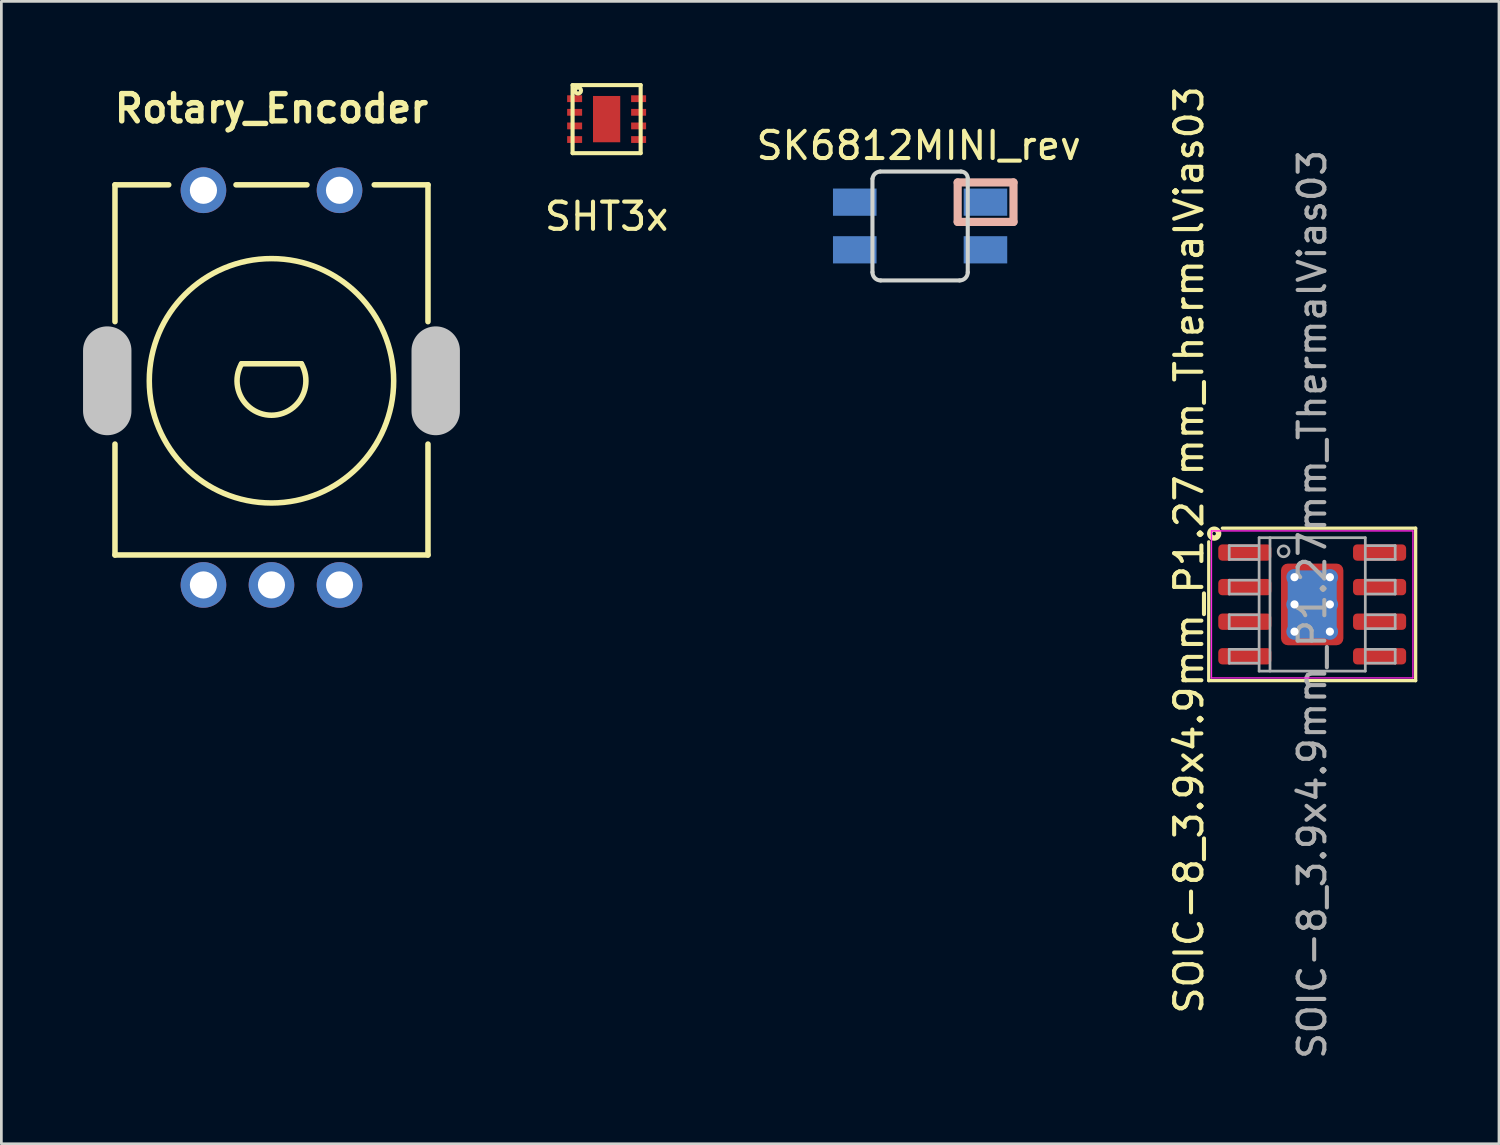
<source format=kicad_pcb>
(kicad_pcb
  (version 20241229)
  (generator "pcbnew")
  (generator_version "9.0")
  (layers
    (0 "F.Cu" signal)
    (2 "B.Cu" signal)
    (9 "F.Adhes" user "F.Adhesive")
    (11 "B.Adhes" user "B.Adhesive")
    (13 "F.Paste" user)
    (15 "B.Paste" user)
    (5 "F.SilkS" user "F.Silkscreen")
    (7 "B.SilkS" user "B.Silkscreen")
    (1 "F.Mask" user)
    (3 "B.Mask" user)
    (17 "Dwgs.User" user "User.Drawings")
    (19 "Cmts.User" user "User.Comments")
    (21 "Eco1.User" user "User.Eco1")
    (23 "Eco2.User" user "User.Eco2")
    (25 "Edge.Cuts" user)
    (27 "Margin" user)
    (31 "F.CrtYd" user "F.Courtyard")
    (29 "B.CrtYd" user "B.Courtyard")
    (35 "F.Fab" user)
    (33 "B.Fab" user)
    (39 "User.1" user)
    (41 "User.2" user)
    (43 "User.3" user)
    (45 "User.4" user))
  (footprint "SOIC-8_3.9x4.9mm_P1.27mm_ThermalVias03"
    (layer "F.Cu")
    (at 45.145 19.149)
    (property "Reference" "SOIC-8_3.9x4.9mm_P1.27mm_ThermalVias03" (at -4.525 -2 90) (layer "F.SilkS") (effects (font (size 1 1) (thickness 0.15))))
    (attr smd)
    (fp_line (start -3.8 -2.3) (end -3.8 2.8) (stroke (width 0.12) (type solid)) (layer "F.SilkS"))
    (fp_line (start -3.8 2.8) (end 3.8 2.8) (stroke (width 0.12) (type solid)) (layer "F.SilkS"))
    (fp_line (start 3.8 -2.8) (end -3.3 -2.8) (stroke (width 0.12) (type solid)) (layer "F.SilkS"))
    (fp_line (start 3.8 2.8) (end 3.8 -2.8) (stroke (width 0.12) (type solid)) (layer "F.SilkS"))
    (fp_circle (center -3.6 -2.6) (end -3.537 -2.6) (stroke (width 0.2) (type solid)) (fill no) (layer "F.SilkS"))
    (fp_line (start -3.7 -2.7) (end -3.7 2.7) (stroke (width 0.05) (type solid)) (layer "F.CrtYd"))
    (fp_line (start -3.7 2.7) (end 3.7 2.7) (stroke (width 0.05) (type solid)) (layer "F.CrtYd"))
    (fp_line (start 3.7 -2.7) (end -3.7 -2.7) (stroke (width 0.05) (type solid)) (layer "F.CrtYd"))
    (fp_line (start 3.7 2.7) (end 3.7 -2.7) (stroke (width 0.05) (type solid)) (layer "F.CrtYd"))
    (fp_line (start -3.048 -2.159) (end -3.048 -1.651) (stroke (width 0.1) (type solid)) (layer "F.Fab"))
    (fp_line (start -3.048 -2.159) (end -1.968 -2.159) (stroke (width 0.1) (type solid)) (layer "F.Fab"))
    (fp_line (start -3.048 -1.651) (end -1.968 -1.651) (stroke (width 0.1) (type solid)) (layer "F.Fab"))
    (fp_line (start -3.048 -0.889) (end -3.048 -0.381) (stroke (width 0.1) (type solid)) (layer "F.Fab"))
    (fp_line (start -3.048 -0.889) (end -1.968 -0.889) (stroke (width 0.1) (type solid)) (layer "F.Fab"))
    (fp_line (start -3.048 -0.381) (end -1.968 -0.381) (stroke (width 0.1) (type solid)) (layer "F.Fab"))
    (fp_line (start -3.048 0.381) (end -3.048 0.889) (stroke (width 0.1) (type solid)) (layer "F.Fab"))
    (fp_line (start -3.048 0.381) (end -1.968 0.381) (stroke (width 0.1) (type solid)) (layer "F.Fab"))
    (fp_line (start -3.048 0.889) (end -1.968 0.889) (stroke (width 0.1) (type solid)) (layer "F.Fab"))
    (fp_line (start -3.048 1.651) (end -3.048 2.159) (stroke (width 0.1) (type solid)) (layer "F.Fab"))
    (fp_line (start -3.048 1.651) (end -1.968 1.651) (stroke (width 0.1) (type solid)) (layer "F.Fab"))
    (fp_line (start -3.048 2.159) (end -1.968 2.159) (stroke (width 0.1) (type solid)) (layer "F.Fab"))
    (fp_line (start -1.95 -2.45) (end 1.95 -2.45) (stroke (width 0.1) (type solid)) (layer "F.Fab"))
    (fp_line (start -1.95 2.45) (end -1.95 -2.45) (stroke (width 0.1) (type solid)) (layer "F.Fab"))
    (fp_line (start -1.55 -2.45) (end -1.55 2.45) (stroke (width 0.1) (type solid)) (layer "F.Fab"))
    (fp_line (start 1.95 -2.45) (end 1.95 2.45) (stroke (width 0.1) (type solid)) (layer "F.Fab"))
    (fp_line (start 1.95 2.45) (end -1.95 2.45) (stroke (width 0.1) (type solid)) (layer "F.Fab"))
    (fp_line (start 3.048 -2.159) (end 1.968 -2.159) (stroke (width 0.1) (type solid)) (layer "F.Fab"))
    (fp_line (start 3.048 -1.651) (end 1.968 -1.651) (stroke (width 0.1) (type solid)) (layer "F.Fab"))
    (fp_line (start 3.048 -1.651) (end 3.048 -2.159) (stroke (width 0.1) (type solid)) (layer "F.Fab"))
    (fp_line (start 3.048 -0.889) (end 1.968 -0.889) (stroke (width 0.1) (type solid)) (layer "F.Fab"))
    (fp_line (start 3.048 -0.381) (end 1.968 -0.381) (stroke (width 0.1) (type solid)) (layer "F.Fab"))
    (fp_line (start 3.048 -0.381) (end 3.048 -0.889) (stroke (width 0.1) (type solid)) (layer "F.Fab"))
    (fp_line (start 3.048 0.381) (end 1.968 0.381) (stroke (width 0.1) (type solid)) (layer "F.Fab"))
    (fp_line (start 3.048 0.889) (end 1.968 0.889) (stroke (width 0.1) (type solid)) (layer "F.Fab"))
    (fp_line (start 3.048 0.889) (end 3.048 0.381) (stroke (width 0.1) (type solid)) (layer "F.Fab"))
    (fp_line (start 3.048 1.651) (end 1.968 1.651) (stroke (width 0.1) (type solid)) (layer "F.Fab"))
    (fp_line (start 3.048 2.159) (end 1.968 2.159) (stroke (width 0.1) (type solid)) (layer "F.Fab"))
    (fp_line (start 3.048 2.159) (end 3.048 1.651) (stroke (width 0.1) (type solid)) (layer "F.Fab"))
    (fp_circle (center -1.05 -1.95) (end -0.85 -1.95) (stroke (width 0.1) (type solid)) (fill no) (layer "F.Fab"))
    (fp_text user "${REFERENCE}" (at 0 0 90) (layer "F.Fab") (effects (font (size 0.98 0.98) (thickness 0.15))))
    (pad "" smd roundrect (at -0.57 -0.75) (size 0.96 1.25) (layers "F.Paste") (roundrect_rratio 0.25))
    (pad "" smd roundrect (at -0.57 0.75) (size 0.96 1.25) (layers "F.Paste") (roundrect_rratio 0.25))
    (pad "" smd roundrect (at 0.57 -0.75) (size 0.96 1.25) (layers "F.Paste") (roundrect_rratio 0.25))
    (pad "" smd roundrect (at 0.57 0.75) (size 0.96 1.25) (layers "F.Paste") (roundrect_rratio 0.25))
    (pad "1" smd roundrect (at -2.475 -1.905) (size 1.95 0.6) (layers "F.Cu" "F.Mask" "F.Paste") (roundrect_rratio 0.25))
    (pad "2" smd roundrect (at -2.475 -0.635) (size 1.95 0.6) (layers "F.Cu" "F.Mask" "F.Paste") (roundrect_rratio 0.25))
    (pad "3" smd roundrect (at -2.475 0.635) (size 1.95 0.6) (layers "F.Cu" "F.Mask" "F.Paste") (roundrect_rratio 0.25))
    (pad "4" smd roundrect (at -2.475 1.905) (size 1.95 0.6) (layers "F.Cu" "F.Mask" "F.Paste") (roundrect_rratio 0.25))
    (pad "5" smd roundrect (at 2.475 1.905) (size 1.95 0.6) (layers "F.Cu" "F.Mask" "F.Paste") (roundrect_rratio 0.25))
    (pad "6" smd roundrect (at 2.475 0.635) (size 1.95 0.6) (layers "F.Cu" "F.Mask" "F.Paste") (roundrect_rratio 0.25))
    (pad "7" smd roundrect (at 2.475 -0.635) (size 1.95 0.6) (layers "F.Cu" "F.Mask" "F.Paste") (roundrect_rratio 0.25))
    (pad "8" smd roundrect (at 2.475 -1.905) (size 1.95 0.6) (layers "F.Cu" "F.Mask" "F.Paste") (roundrect_rratio 0.25))
    (pad "9" thru_hole circle (at -0.65 -1) (size 0.6 0.6) (drill 0.3) (property pad_prop_heatsink) (layers "*.Cu"))
    (pad "9" thru_hole circle (at -0.65 0) (size 0.6 0.6) (drill 0.3) (property pad_prop_heatsink) (layers "*.Cu"))
    (pad "9" thru_hole circle (at -0.65 1) (size 0.6 0.6) (drill 0.3) (property pad_prop_heatsink) (layers "*.Cu"))
    (pad "9" smd roundrect (at 0 0) (size 1.8 2.5) (layers "B.Cu" "B.Mask") (roundrect_rratio 0.139))
    (pad "9" smd roundrect (at 0 0) (size 2.29 3) (layers "F.Cu" "F.Mask") (roundrect_rratio 0.109))
    (pad "9" thru_hole circle (at 0.65 -1) (size 0.6 0.6) (drill 0.3) (property pad_prop_heatsink) (layers "*.Cu"))
    (pad "9" thru_hole circle (at 0.65 0) (size 0.6 0.6) (drill 0.3) (property pad_prop_heatsink) (layers "*.Cu"))
    (pad "9" thru_hole circle (at 0.65 1) (size 0.6 0.6) (drill 0.3) (property pad_prop_heatsink) (layers "*.Cu")))
  (footprint "SHT3x"
    (layer "F.Cu")
    (at 19.23 1.325)
    (property "Reference" "SHT3x" (at 0 3.575 0) (layer "F.SilkS") (effects (font (size 1 1) (thickness 0.15))))
    (attr through_hole)
    (fp_line (start -1.25 -1.25) (end 1.25 -1.25) (stroke (width 0.15) (type solid)) (layer "F.SilkS"))
    (fp_line (start -1.25 1.25) (end -1.25 -1.25) (stroke (width 0.15) (type solid)) (layer "F.SilkS"))
    (fp_line (start 1.25 -1.25) (end 1.25 1.25) (stroke (width 0.15) (type solid)) (layer "F.SilkS"))
    (fp_line (start 1.25 1.25) (end -1.25 1.25) (stroke (width 0.15) (type solid)) (layer "F.SilkS"))
    (fp_circle (center -1.05 -1.05) (end -1.025 -1.025) (stroke (width 0.15) (type solid)) (fill no) (layer "F.SilkS"))
    (pad "" smd rect (at 0 0) (size 1 1.7) (layers "F.Cu" "F.Mask" "F.Paste"))
    (pad "1" smd rect (at -1.175 -0.75) (size 0.55 0.25) (layers "F.Cu" "F.Mask" "F.Paste"))
    (pad "2" smd rect (at -1.175 -0.25) (size 0.55 0.25) (layers "F.Cu" "F.Mask" "F.Paste"))
    (pad "3" smd rect (at -1.175 0.25) (size 0.55 0.25) (layers "F.Cu" "F.Mask" "F.Paste"))
    (pad "4" smd rect (at -1.175 0.75) (size 0.55 0.25) (layers "F.Cu" "F.Mask" "F.Paste"))
    (pad "5" smd rect (at 1.175 0.75) (size 0.55 0.25) (layers "F.Cu" "F.Mask" "F.Paste"))
    (pad "6" smd rect (at 1.175 0.25) (size 0.55 0.25) (layers "F.Cu" "F.Mask" "F.Paste"))
    (pad "7" smd rect (at 1.175 -0.25) (size 0.55 0.25) (layers "F.Cu" "F.Mask" "F.Paste"))
    (pad "8" smd rect (at 1.175 -0.75) (size 0.55 0.25) (layers "F.Cu" "F.Mask" "F.Paste")))
  (footprint "SK6812MINI_rev"
    (layer "F.Cu")
    (at 30.744 0.25)
    (property "Reference" "SK6812MINI_rev" (at -0.05 2.05 0) (layer "F.SilkS") (effects (font (size 1 1) (thickness 0.15))))
    (attr through_hole)
    (fp_line (start 1.38 3.4) (end 3.43 3.4) (stroke (width 0.3) (type solid)) (layer "B.SilkS"))
    (fp_line (start 1.38 4.85) (end 1.38 3.4) (stroke (width 0.3) (type solid)) (layer "B.SilkS"))
    (fp_line (start 3.43 3.4) (end 3.43 4.85) (stroke (width 0.3) (type solid)) (layer "B.SilkS"))
    (fp_line (start 3.43 4.85) (end 1.38 4.85) (stroke (width 0.3) (type solid)) (layer "B.SilkS"))
    (fp_line (start -1.75 3.27) (end -1.75 6.7) (stroke (width 0.15) (type solid)) (layer "Edge.Cuts"))
    (fp_line (start -1.45 7) (end 1.45 7) (stroke (width 0.15) (type solid)) (layer "Edge.Cuts"))
    (fp_line (start 1.5 3) (end -1.46 3) (stroke (width 0.15) (type solid)) (layer "Edge.Cuts"))
    (fp_line (start 1.75 6.7) (end 1.75 3.25) (stroke (width 0.15) (type solid)) (layer "Edge.Cuts"))
    (fp_arc (start -1.748034 3.260308) (mid -1.655491 3.080516) (end -1.47 3) (stroke (width 0.15) (type solid)) (layer "Edge.Cuts"))
    (fp_arc (start -1.45 7) (mid -1.662132 6.912132) (end -1.75 6.7) (stroke (width 0.15) (type solid)) (layer "Edge.Cuts"))
    (fp_arc (start 1.5 3) (mid 1.676777 3.073223) (end 1.75 3.25) (stroke (width 0.15) (type solid)) (layer "Edge.Cuts"))
    (fp_arc (start 1.75 6.7) (mid 1.662132 6.912132) (end 1.45 7) (stroke (width 0.15) (type solid)) (layer "Edge.Cuts"))
    (pad "1" smd rect (at -2.4 4.125) (size 1.6 1) (layers "B.Cu" "B.Mask" "B.Paste"))
    (pad "2" smd rect (at -2.4 5.875) (size 1.6 1) (layers "B.Cu" "B.Mask" "B.Paste"))
    (pad "3" smd rect (at 2.4 5.875) (size 1.6 1) (layers "B.Cu" "B.Mask" "B.Paste"))
    (pad "4" smd rect (at 2.4 4.125) (size 1.6 1) (layers "B.Cu" "B.Mask" "B.Paste")))
  (footprint "Rotary_Encoder"
    (layer "F.Cu")
    (at 6.921 10.936)
    (property "Reference" "Rotary_Encoder" (at 0 -10 0) (layer "F.SilkS") (effects (font (size 1 1) (thickness 0.2))))
    (attr exclude_from_pos_files exclude_from_bom)
    (fp_line (start -5.748 -7.198) (end -3.774 -7.198) (stroke (width 0.203) (type solid)) (layer "F.SilkS"))
    (fp_line (start -5.748 -2.172) (end -5.748 -7.198) (stroke (width 0.203) (type solid)) (layer "F.SilkS"))
    (fp_line (start -5.748 6.398) (end -5.748 2.324) (stroke (width 0.203) (type solid)) (layer "F.SilkS"))
    (fp_line (start -1.303 -7.198) (end 1.303 -7.198) (stroke (width 0.203) (type solid)) (layer "F.SilkS"))
    (fp_line (start -1.1 -0.625) (end 1.1 -0.625) (stroke (width 0.203) (type solid)) (layer "F.SilkS"))
    (fp_line (start 3.774 -7.198) (end 5.748 -7.198) (stroke (width 0.203) (type solid)) (layer "F.SilkS"))
    (fp_line (start 5.748 -7.198) (end 5.748 -2.172) (stroke (width 0.203) (type solid)) (layer "F.SilkS"))
    (fp_line (start 5.748 2.324) (end 5.748 6.398) (stroke (width 0.203) (type solid)) (layer "F.SilkS"))
    (fp_line (start 5.748 6.398) (end -5.748 6.398) (stroke (width 0.203) (type solid)) (layer "F.SilkS"))
    (fp_arc (start 1.09982 -0.62484) (mid 0.000048 1.264923) (end -1.099867 -0.624756) (stroke (width 0.2032) (type solid)) (layer "F.SilkS"))
    (fp_circle (center 0 0) (end 0 -4.488) (stroke (width 0.203) (type solid)) (fill no) (layer "F.SilkS"))
    (fp_line (start -6.032 -1.11) (end -6.032 1.11) (stroke (width 1.778) (type solid)) (layer "Dwgs.User"))
    (fp_line (start 6.032 -1.11) (end 6.032 1.11) (stroke (width 1.778) (type solid)) (layer "Dwgs.User"))
    (pad "A" thru_hole circle (at -2.499 7.498) (size 1.676 1.676) (drill 0.998) (layers "*.Cu" "*.Paste" "*.Mask"))
    (pad "B" thru_hole circle (at 0 7.498) (size 1.676 1.676) (drill 0.998) (layers "*.Cu" "*.Paste" "*.Mask"))
    (pad "C" thru_hole circle (at 2.499 7.498) (size 1.676 1.676) (drill 0.998) (layers "*.Cu" "*.Paste" "*.Mask"))
    (pad "D" thru_hole circle (at -2.499 -6.998) (size 1.676 1.676) (drill 0.998) (layers "*.Cu" "*.Paste" "*.Mask"))
    (pad "E" thru_hole circle (at 2.499 -6.998) (size 1.676 1.676) (drill 0.998) (layers "*.Cu" "*.Paste" "*.Mask")))
  (gr_rect
    (start -3 -3)
    (end 52.005 38.959)
    (stroke (width 0.1) (type default))
    (fill no)
    (layer "Edge.Cuts")))
</source>
